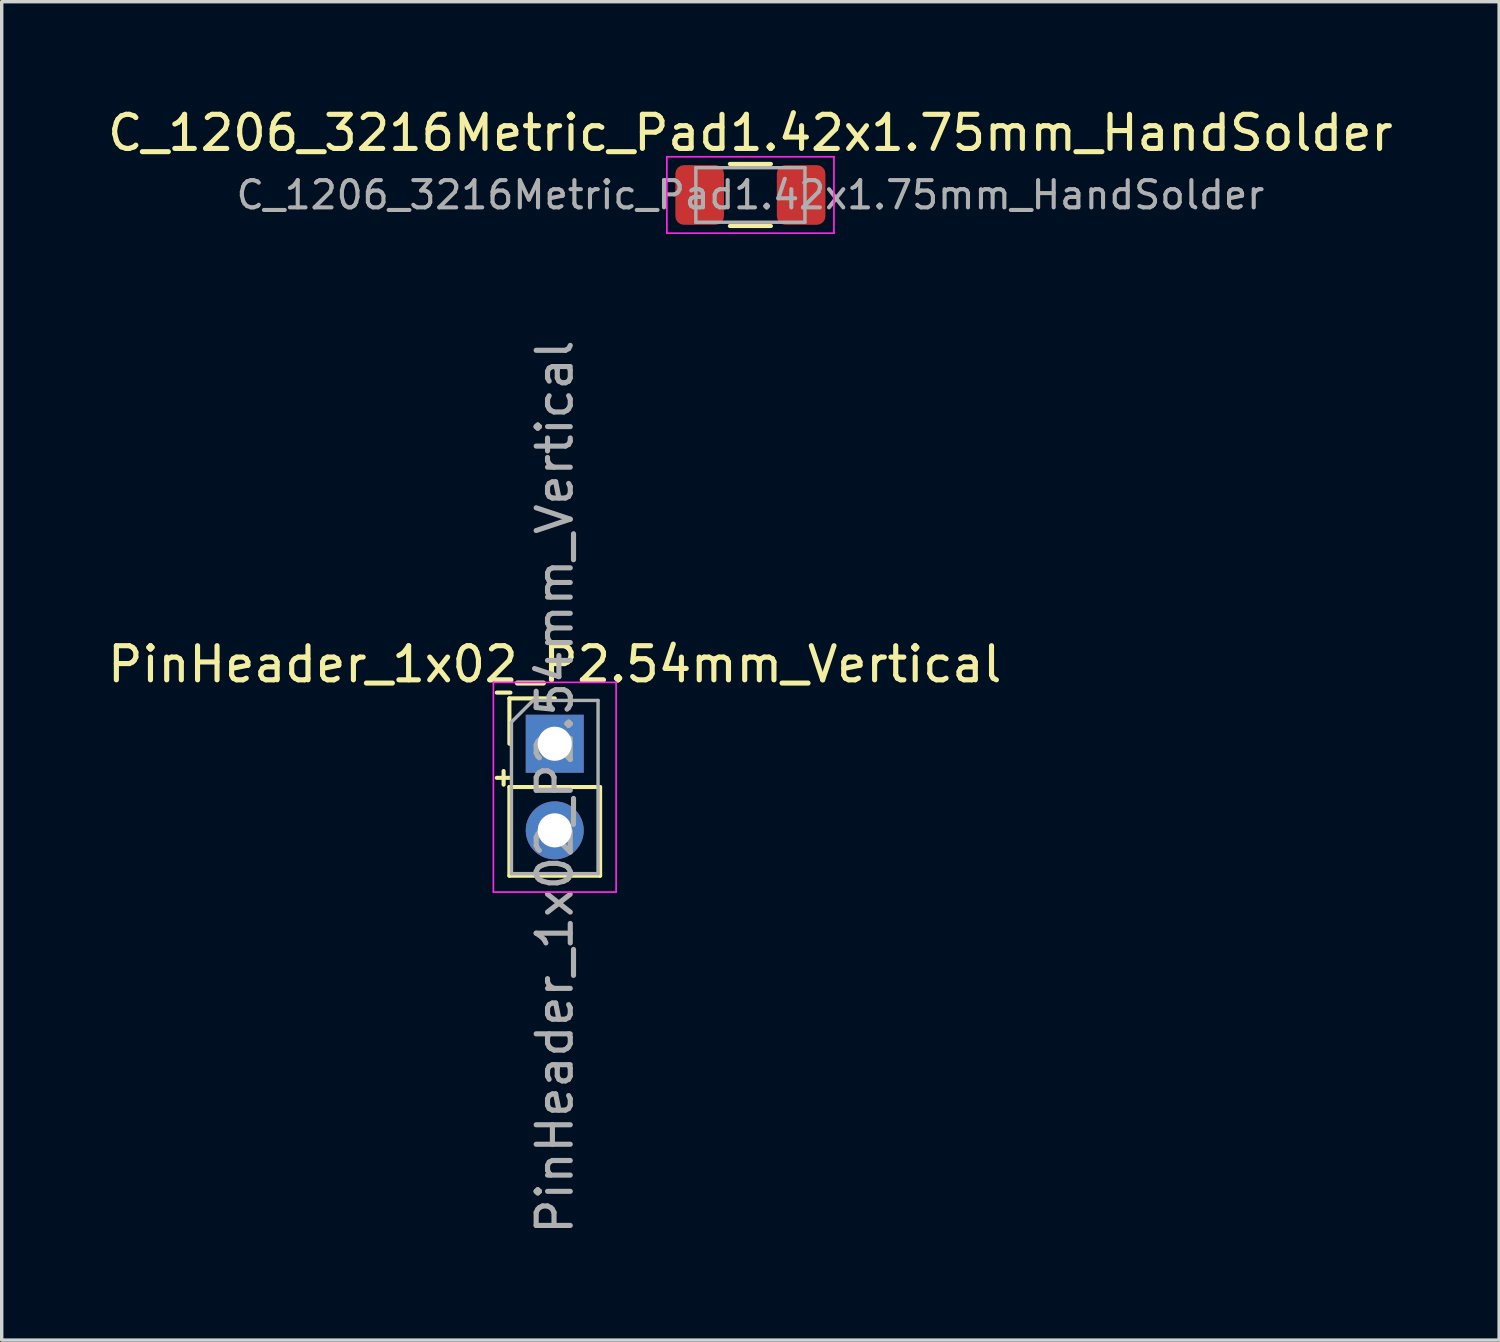
<source format=kicad_pcb>
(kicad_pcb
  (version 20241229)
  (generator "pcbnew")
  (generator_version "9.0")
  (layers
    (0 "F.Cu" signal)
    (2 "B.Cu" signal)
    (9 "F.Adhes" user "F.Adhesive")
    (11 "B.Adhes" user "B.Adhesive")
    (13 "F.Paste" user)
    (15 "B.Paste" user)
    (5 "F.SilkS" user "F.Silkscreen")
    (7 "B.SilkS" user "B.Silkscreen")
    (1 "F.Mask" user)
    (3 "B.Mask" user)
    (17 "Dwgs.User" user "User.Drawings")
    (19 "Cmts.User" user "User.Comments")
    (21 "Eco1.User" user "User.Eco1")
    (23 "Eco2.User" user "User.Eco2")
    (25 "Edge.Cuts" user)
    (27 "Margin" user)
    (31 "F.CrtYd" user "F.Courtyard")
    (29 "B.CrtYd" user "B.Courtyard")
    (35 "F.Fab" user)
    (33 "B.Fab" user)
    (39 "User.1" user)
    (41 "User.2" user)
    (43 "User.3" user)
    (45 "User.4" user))
  (footprint "C_1206_3216Metric_Pad1.42x1.75mm_HandSolder"
    (layer "F.Cu")
    (at 18.958 2.668)
    (property "Reference" "C_1206_3216Metric_Pad1.42x1.75mm_HandSolder" (at 0 -1.82 0) (layer "F.SilkS") (effects (font (size 1 1) (thickness 0.15))))
    (attr smd)
    (fp_line (start -0.602 -0.91) (end 0.602 -0.91) (stroke (width 0.12) (type solid)) (layer "F.SilkS"))
    (fp_line (start -0.602 0.91) (end 0.602 0.91) (stroke (width 0.12) (type solid)) (layer "F.SilkS"))
    (fp_line (start -2.45 -1.12) (end 2.45 -1.12) (stroke (width 0.05) (type solid)) (layer "F.CrtYd"))
    (fp_line (start -2.45 1.12) (end -2.45 -1.12) (stroke (width 0.05) (type solid)) (layer "F.CrtYd"))
    (fp_line (start 2.45 -1.12) (end 2.45 1.12) (stroke (width 0.05) (type solid)) (layer "F.CrtYd"))
    (fp_line (start 2.45 1.12) (end -2.45 1.12) (stroke (width 0.05) (type solid)) (layer "F.CrtYd"))
    (fp_line (start -1.6 -0.8) (end 1.6 -0.8) (stroke (width 0.1) (type solid)) (layer "F.Fab"))
    (fp_line (start -1.6 0.8) (end -1.6 -0.8) (stroke (width 0.1) (type solid)) (layer "F.Fab"))
    (fp_line (start 1.6 -0.8) (end 1.6 0.8) (stroke (width 0.1) (type solid)) (layer "F.Fab"))
    (fp_line (start 1.6 0.8) (end -1.6 0.8) (stroke (width 0.1) (type solid)) (layer "F.Fab"))
    (fp_text user "${REFERENCE}" (at 0 0 0) (layer "F.Fab") (effects (font (size 0.8 0.8) (thickness 0.12))))
    (pad "1" smd roundrect (at -1.488 0) (size 1.425 1.75) (layers "F.Cu" "F.Mask" "F.Paste") (roundrect_rratio 0.175))
    (pad "2" smd roundrect (at 1.488 0) (size 1.425 1.75) (layers "F.Cu" "F.Mask" "F.Paste") (roundrect_rratio 0.175)))
  (footprint "PinHeader_1x02_P2.54mm_Vertical"
    (layer "F.Cu")
    (at 13.22 18.763)
    (property "Reference" "PinHeader_1x02_P2.54mm_Vertical" (at 0 -2.33 0) (layer "F.SilkS") (effects (font (size 1 1) (thickness 0.15))))
    (attr through_hole)
    (fp_line (start -1.7 -1.5) (end -1.3 -1.5) (stroke (width 0.12) (type solid)) (layer "F.SilkS"))
    (fp_line (start -1.7 1) (end -1.3 1) (stroke (width 0.12) (type solid)) (layer "F.SilkS"))
    (fp_line (start -1.5 0.8) (end -1.5 1.2) (stroke (width 0.12) (type solid)) (layer "F.SilkS"))
    (fp_line (start -1.33 -1.33) (end 0 -1.33) (stroke (width 0.12) (type solid)) (layer "F.SilkS"))
    (fp_line (start -1.33 0) (end -1.33 -1.33) (stroke (width 0.12) (type solid)) (layer "F.SilkS"))
    (fp_line (start -1.33 1.27) (end -1.33 3.87) (stroke (width 0.12) (type solid)) (layer "F.SilkS"))
    (fp_line (start -1.33 1.27) (end 1.33 1.27) (stroke (width 0.12) (type solid)) (layer "F.SilkS"))
    (fp_line (start -1.33 3.87) (end 1.33 3.87) (stroke (width 0.12) (type solid)) (layer "F.SilkS"))
    (fp_line (start 1.33 1.27) (end 1.33 3.87) (stroke (width 0.12) (type solid)) (layer "F.SilkS"))
    (fp_line (start -1.8 -1.8) (end -1.8 4.35) (stroke (width 0.05) (type solid)) (layer "F.CrtYd"))
    (fp_line (start -1.8 4.35) (end 1.8 4.35) (stroke (width 0.05) (type solid)) (layer "F.CrtYd"))
    (fp_line (start 1.8 -1.8) (end -1.8 -1.8) (stroke (width 0.05) (type solid)) (layer "F.CrtYd"))
    (fp_line (start 1.8 4.35) (end 1.8 -1.8) (stroke (width 0.05) (type solid)) (layer "F.CrtYd"))
    (fp_line (start -1.27 -0.635) (end -0.635 -1.27) (stroke (width 0.1) (type solid)) (layer "F.Fab"))
    (fp_line (start -1.27 3.81) (end -1.27 -0.635) (stroke (width 0.1) (type solid)) (layer "F.Fab"))
    (fp_line (start -0.635 -1.27) (end 1.27 -1.27) (stroke (width 0.1) (type solid)) (layer "F.Fab"))
    (fp_line (start 1.27 -1.27) (end 1.27 3.81) (stroke (width 0.1) (type solid)) (layer "F.Fab"))
    (fp_line (start 1.27 3.81) (end -1.27 3.81) (stroke (width 0.1) (type solid)) (layer "F.Fab"))
    (fp_text user "${REFERENCE}" (at 0 1.27 90) (layer "F.Fab") (effects (font (size 1 1) (thickness 0.15))))
    (pad "1" thru_hole rect (at 0 0) (size 1.7 1.7) (drill 1) (layers "*.Cu" "*.Mask"))
    (pad "2" thru_hole oval (at 0 2.54) (size 1.7 1.7) (drill 1) (layers "*.Cu" "*.Mask")))
  (gr_rect
    (start -3 -3)
    (end 40.917 36.254)
    (stroke (width 0.1) (type default))
    (fill no)
    (layer "Edge.Cuts")))
</source>
